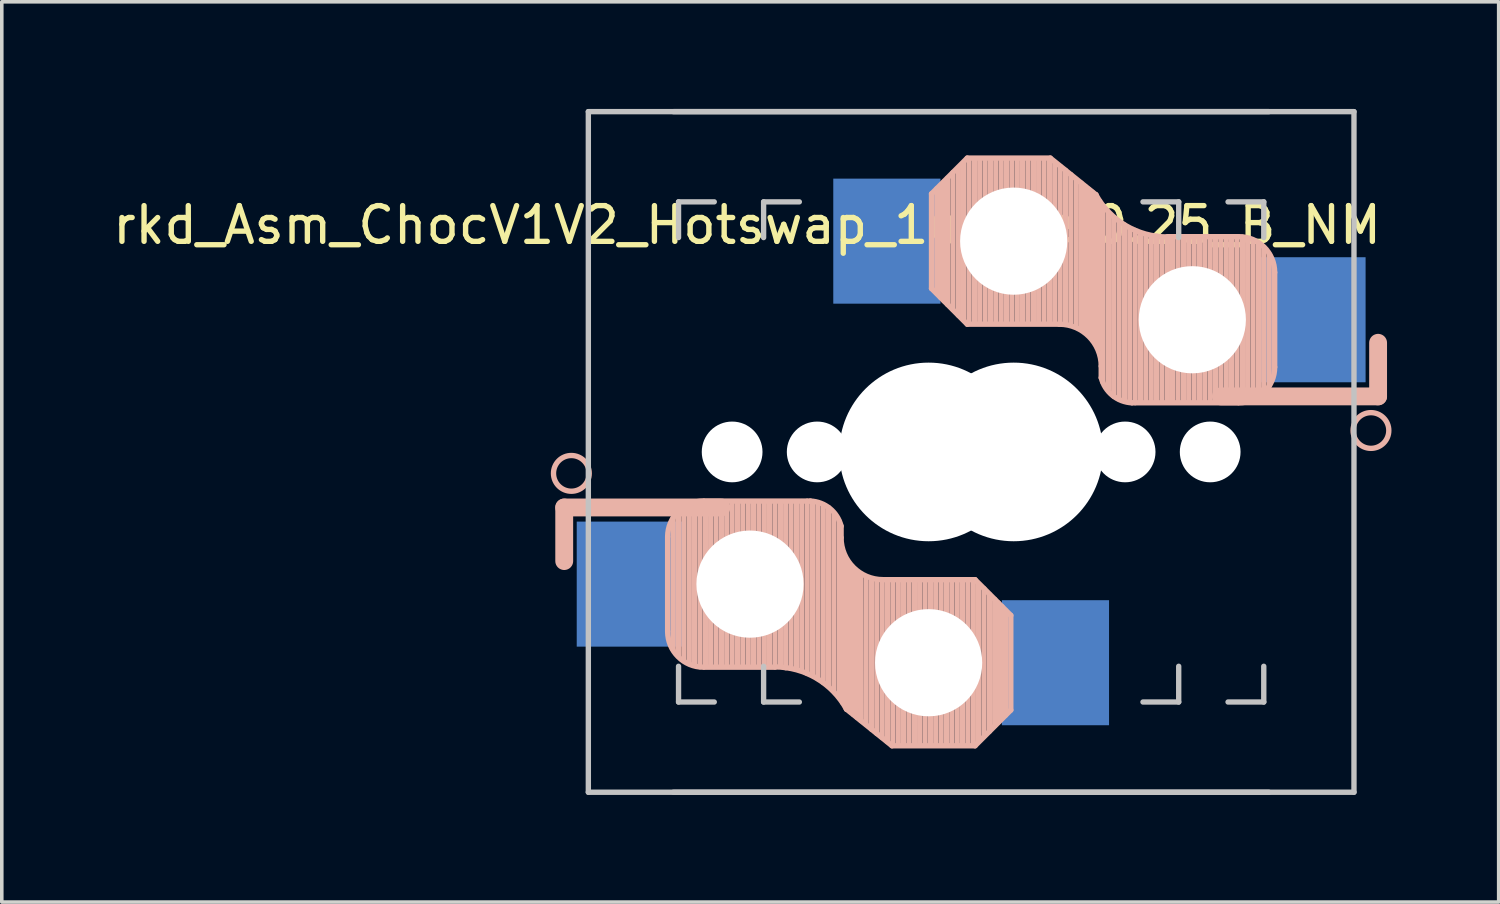
<source format=kicad_pcb>
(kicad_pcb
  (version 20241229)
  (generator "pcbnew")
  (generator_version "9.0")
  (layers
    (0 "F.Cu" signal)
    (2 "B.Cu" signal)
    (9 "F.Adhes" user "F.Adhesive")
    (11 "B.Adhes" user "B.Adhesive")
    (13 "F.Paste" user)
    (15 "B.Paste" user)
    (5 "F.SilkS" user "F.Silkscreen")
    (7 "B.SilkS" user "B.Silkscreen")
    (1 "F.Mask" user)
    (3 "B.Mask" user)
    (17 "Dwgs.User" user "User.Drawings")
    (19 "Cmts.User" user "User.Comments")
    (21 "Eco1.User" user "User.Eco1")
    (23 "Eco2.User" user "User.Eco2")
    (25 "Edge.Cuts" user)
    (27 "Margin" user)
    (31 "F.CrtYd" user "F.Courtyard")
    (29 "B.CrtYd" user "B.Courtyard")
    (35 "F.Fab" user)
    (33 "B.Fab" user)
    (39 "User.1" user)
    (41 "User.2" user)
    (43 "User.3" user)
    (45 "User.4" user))
  (footprint "rkd_Asm_ChocV1V2_Hotswap_1u_twei0.25_B_NM"
    (layer "F.Cu")
    (at 22.943 9.6)
    (property "Reference" "rkd_Asm_ChocV1V2_Hotswap_1u_twei0.25_B_NM" (at -5.08 -6.35 180) (layer "F.SilkS") (effects (font (size 1 1) (thickness 0.15))))
    (attr through_hole)
    (fp_line (start -10.2 1.555) (end -10.2 3.055) (stroke (width 0.5) (type default)) (layer "B.SilkS"))
    (fp_line (start -7.305 2.375) (end -7.305 5.025) (stroke (width 0.15) (type solid)) (layer "B.SilkS"))
    (fp_line (start -7.15 5.53) (end -7.15 1.85) (stroke (width 0.15) (type solid)) (layer "B.SilkS"))
    (fp_line (start -7 5.7) (end -7 1.73) (stroke (width 0.15) (type solid)) (layer "B.SilkS"))
    (fp_line (start -6.85 5.84) (end -6.85 1.7) (stroke (width 0.15) (type solid)) (layer "B.SilkS"))
    (fp_line (start -6.7 5.92) (end -6.7 1.8) (stroke (width 0.15) (type solid)) (layer "B.SilkS"))
    (fp_line (start -6.55 5.97) (end -6.55 1.65) (stroke (width 0.15) (type solid)) (layer "B.SilkS"))
    (fp_line (start -6.4 6.01) (end -6.4 1.5) (stroke (width 0.15) (type solid)) (layer "B.SilkS"))
    (fp_line (start -6.25 6) (end -6.25 1.4) (stroke (width 0.15) (type solid)) (layer "B.SilkS"))
    (fp_line (start -6.1 6) (end -6.1 1.4) (stroke (width 0.15) (type solid)) (layer "B.SilkS"))
    (fp_line (start -5.95 6) (end -5.95 1.4) (stroke (width 0.15) (type solid)) (layer "B.SilkS"))
    (fp_line (start -5.8 1.555) (end -10.2 1.555) (stroke (width 0.5) (type default)) (layer "B.SilkS"))
    (fp_line (start -5.8 6) (end -5.8 1.4) (stroke (width 0.15) (type solid)) (layer "B.SilkS"))
    (fp_line (start -5.65 6) (end -5.65 1.4) (stroke (width 0.15) (type solid)) (layer "B.SilkS"))
    (fp_line (start -5.5 6) (end -5.5 1.4) (stroke (width 0.15) (type solid)) (layer "B.SilkS"))
    (fp_line (start -5.35 6) (end -5.35 1.4) (stroke (width 0.15) (type solid)) (layer "B.SilkS"))
    (fp_line (start -5.2 6) (end -5.2 1.4) (stroke (width 0.15) (type solid)) (layer "B.SilkS"))
    (fp_line (start -5.05 6) (end -5.05 1.4) (stroke (width 0.15) (type solid)) (layer "B.SilkS"))
    (fp_line (start -4.9 6) (end -4.9 1.4) (stroke (width 0.15) (type solid)) (layer "B.SilkS"))
    (fp_line (start -4.75 6) (end -4.75 1.4) (stroke (width 0.15) (type solid)) (layer "B.SilkS"))
    (fp_line (start -4.6 6) (end -4.6 1.4) (stroke (width 0.15) (type solid)) (layer "B.SilkS"))
    (fp_line (start -4.45 6) (end -4.45 1.4) (stroke (width 0.15) (type solid)) (layer "B.SilkS"))
    (fp_line (start -4.3 6) (end -4.3 1.4) (stroke (width 0.15) (type solid)) (layer "B.SilkS"))
    (fp_line (start -4.3 6.025) (end -6.275 6.025) (stroke (width 0.15) (type solid)) (layer "B.SilkS"))
    (fp_line (start -4.15 6) (end -4.15 1.45) (stroke (width 0.15) (type solid)) (layer "B.SilkS"))
    (fp_line (start -4 6.04) (end -4 1.4) (stroke (width 0.15) (type solid)) (layer "B.SilkS"))
    (fp_line (start -3.85 6.05) (end -3.85 1.4) (stroke (width 0.15) (type solid)) (layer "B.SilkS"))
    (fp_line (start -3.7 6.05) (end -3.7 1.45) (stroke (width 0.15) (type solid)) (layer "B.SilkS"))
    (fp_line (start -3.55 6.1) (end -3.55 1.39) (stroke (width 0.15) (type solid)) (layer "B.SilkS"))
    (fp_line (start -3.4 6.2) (end -3.4 1.38) (stroke (width 0.15) (type solid)) (layer "B.SilkS"))
    (fp_line (start -3.311 1.375) (end -6.275 1.375) (stroke (width 0.15) (type solid)) (layer "B.SilkS"))
    (fp_line (start -3.25 6.25) (end -3.25 1.4) (stroke (width 0.15) (type solid)) (layer "B.SilkS"))
    (fp_line (start -3.1 6.35) (end -3.1 1.43) (stroke (width 0.15) (type solid)) (layer "B.SilkS"))
    (fp_line (start -2.95 6.45) (end -2.95 1.48) (stroke (width 0.15) (type solid)) (layer "B.SilkS"))
    (fp_line (start -2.8 6.55) (end -2.8 1.56) (stroke (width 0.15) (type solid)) (layer "B.SilkS"))
    (fp_line (start -2.65 6.7) (end -2.65 1.75) (stroke (width 0.15) (type solid)) (layer "B.SilkS"))
    (fp_line (start -2.5 6.85) (end -2.5 1.95) (stroke (width 0.15) (type solid)) (layer "B.SilkS"))
    (fp_line (start -2.45 2.4) (end -2.45 2.077) (stroke (width 0.15) (type default)) (layer "B.SilkS"))
    (fp_line (start -2.4 7.02) (end -2.4 2.9) (stroke (width 0.15) (type solid)) (layer "B.SilkS"))
    (fp_line (start -2.3 7.2) (end -2.3 3.05) (stroke (width 0.15) (type solid)) (layer "B.SilkS"))
    (fp_line (start -2.3 7.2) (end -1.025 8.225) (stroke (width 0.15) (type solid)) (layer "B.SilkS"))
    (fp_line (start -2.2 7.27) (end -2.2 3.25) (stroke (width 0.15) (type solid)) (layer "B.SilkS"))
    (fp_line (start -2.1 7.35) (end -2.1 3.35) (stroke (width 0.15) (type solid)) (layer "B.SilkS"))
    (fp_line (start -2 7.43) (end -2 3.4) (stroke (width 0.15) (type solid)) (layer "B.SilkS"))
    (fp_line (start -1.89 7.52) (end -1.9 3.45) (stroke (width 0.15) (type solid)) (layer "B.SilkS"))
    (fp_line (start -1.75 7.62) (end -1.75 3.5) (stroke (width 0.15) (type solid)) (layer "B.SilkS"))
    (fp_line (start -1.6 7.76) (end -1.6 3.6) (stroke (width 0.15) (type solid)) (layer "B.SilkS"))
    (fp_line (start -1.45 7.88) (end -1.45 3.6) (stroke (width 0.15) (type solid)) (layer "B.SilkS"))
    (fp_line (start -1.3 7.99) (end -1.3 3.6) (stroke (width 0.15) (type solid)) (layer "B.SilkS"))
    (fp_line (start -1.15 8.11) (end -1.15 3.65) (stroke (width 0.15) (type solid)) (layer "B.SilkS"))
    (fp_line (start -1 8.2) (end -1 3.6) (stroke (width 0.15) (type solid)) (layer "B.SilkS"))
    (fp_line (start -0.85 8.2) (end -0.85 3.6) (stroke (width 0.15) (type solid)) (layer "B.SilkS"))
    (fp_line (start -0.7 8.2) (end -0.7 3.6) (stroke (width 0.15) (type solid)) (layer "B.SilkS"))
    (fp_line (start -0.55 8.2) (end -0.55 3.6) (stroke (width 0.15) (type solid)) (layer "B.SilkS"))
    (fp_line (start -0.4 8.2) (end -0.4 3.6) (stroke (width 0.15) (type solid)) (layer "B.SilkS"))
    (fp_line (start -0.25 8.2) (end -0.25 3.6) (stroke (width 0.15) (type solid)) (layer "B.SilkS"))
    (fp_line (start -0.1 8.2) (end -0.1 3.6) (stroke (width 0.15) (type solid)) (layer "B.SilkS"))
    (fp_line (start 0.05 8.2) (end 0.05 3.6) (stroke (width 0.15) (type solid)) (layer "B.SilkS"))
    (fp_line (start 0.081 -7.225) (end 1.081 -8.225) (stroke (width 0.15) (type solid)) (layer "B.SilkS"))
    (fp_line (start 0.081 -4.575) (end 0.081 -7.225) (stroke (width 0.15) (type solid)) (layer "B.SilkS"))
    (fp_line (start 0.081 -4.575) (end 1.081 -3.575) (stroke (width 0.15) (type solid)) (layer "B.SilkS"))
    (fp_line (start 0.2 8.2) (end 0.2 3.6) (stroke (width 0.15) (type solid)) (layer "B.SilkS"))
    (fp_line (start 0.231 -7.37) (end 0.231 -4.44) (stroke (width 0.15) (type solid)) (layer "B.SilkS"))
    (fp_line (start 0.331 -7.45) (end 0.331 -4.33) (stroke (width 0.15) (type solid)) (layer "B.SilkS"))
    (fp_line (start 0.35 8.2) (end 0.35 3.6) (stroke (width 0.15) (type solid)) (layer "B.SilkS"))
    (fp_line (start 0.431 -7.56) (end 0.431 -4.23) (stroke (width 0.15) (type solid)) (layer "B.SilkS"))
    (fp_line (start 0.5 8.2) (end 0.5 3.6) (stroke (width 0.15) (type solid)) (layer "B.SilkS"))
    (fp_line (start 0.531 -7.66) (end 0.531 -4.13) (stroke (width 0.15) (type solid)) (layer "B.SilkS"))
    (fp_line (start 0.65 8.2) (end 0.65 3.6) (stroke (width 0.15) (type solid)) (layer "B.SilkS"))
    (fp_line (start 0.681 -7.82) (end 0.681 -3.99) (stroke (width 0.15) (type solid)) (layer "B.SilkS"))
    (fp_line (start 0.8 8.2) (end 0.8 3.6) (stroke (width 0.15) (type solid)) (layer "B.SilkS"))
    (fp_line (start 0.831 -7.95) (end 0.831 -3.83) (stroke (width 0.15) (type solid)) (layer "B.SilkS"))
    (fp_line (start 0.95 8.2) (end 0.95 3.6) (stroke (width 0.15) (type solid)) (layer "B.SilkS"))
    (fp_line (start 0.981 -8.09) (end 0.981 -3.7) (stroke (width 0.15) (type solid)) (layer "B.SilkS"))
    (fp_line (start 1.081 -8.225) (end 3.406 -8.225) (stroke (width 0.15) (type solid)) (layer "B.SilkS"))
    (fp_line (start 1.081 -3.575) (end 3.656 -3.575) (stroke (width 0.15) (type solid)) (layer "B.SilkS"))
    (fp_line (start 1.1 8.2) (end 1.1 3.6) (stroke (width 0.15) (type solid)) (layer "B.SilkS"))
    (fp_line (start 1.131 -8.2) (end 1.131 -3.6) (stroke (width 0.15) (type solid)) (layer "B.SilkS"))
    (fp_line (start 1.25 8.2) (end 1.25 3.6) (stroke (width 0.15) (type solid)) (layer "B.SilkS"))
    (fp_line (start 1.281 -8.2) (end 1.281 -3.6) (stroke (width 0.15) (type solid)) (layer "B.SilkS"))
    (fp_line (start 1.3 3.575) (end -1.275 3.575) (stroke (width 0.15) (type solid)) (layer "B.SilkS"))
    (fp_line (start 1.3 8.225) (end -1.025 8.225) (stroke (width 0.15) (type solid)) (layer "B.SilkS"))
    (fp_line (start 1.4 8.09) (end 1.4 3.7) (stroke (width 0.15) (type solid)) (layer "B.SilkS"))
    (fp_line (start 1.431 -8.2) (end 1.431 -3.6) (stroke (width 0.15) (type solid)) (layer "B.SilkS"))
    (fp_line (start 1.55 7.95) (end 1.55 3.83) (stroke (width 0.15) (type solid)) (layer "B.SilkS"))
    (fp_line (start 1.581 -8.2) (end 1.581 -3.6) (stroke (width 0.15) (type solid)) (layer "B.SilkS"))
    (fp_line (start 1.7 7.82) (end 1.7 3.99) (stroke (width 0.15) (type solid)) (layer "B.SilkS"))
    (fp_line (start 1.731 -8.2) (end 1.731 -3.6) (stroke (width 0.15) (type solid)) (layer "B.SilkS"))
    (fp_line (start 1.85 7.66) (end 1.85 4.13) (stroke (width 0.15) (type solid)) (layer "B.SilkS"))
    (fp_line (start 1.881 -8.2) (end 1.881 -3.6) (stroke (width 0.15) (type solid)) (layer "B.SilkS"))
    (fp_line (start 1.95 7.56) (end 1.95 4.23) (stroke (width 0.15) (type solid)) (layer "B.SilkS"))
    (fp_line (start 2.031 -8.2) (end 2.031 -3.6) (stroke (width 0.15) (type solid)) (layer "B.SilkS"))
    (fp_line (start 2.05 7.45) (end 2.05 4.33) (stroke (width 0.15) (type solid)) (layer "B.SilkS"))
    (fp_line (start 2.15 7.37) (end 2.15 4.44) (stroke (width 0.15) (type solid)) (layer "B.SilkS"))
    (fp_line (start 2.181 -8.2) (end 2.181 -3.6) (stroke (width 0.15) (type solid)) (layer "B.SilkS"))
    (fp_line (start 2.3 4.575) (end 1.3 3.575) (stroke (width 0.15) (type solid)) (layer "B.SilkS"))
    (fp_line (start 2.3 4.575) (end 2.3 7.225) (stroke (width 0.15) (type solid)) (layer "B.SilkS"))
    (fp_line (start 2.3 7.225) (end 1.3 8.225) (stroke (width 0.15) (type solid)) (layer "B.SilkS"))
    (fp_line (start 2.331 -8.2) (end 2.331 -3.6) (stroke (width 0.15) (type solid)) (layer "B.SilkS"))
    (fp_line (start 2.481 -8.2) (end 2.481 -3.6) (stroke (width 0.15) (type solid)) (layer "B.SilkS"))
    (fp_line (start 2.631 -8.2) (end 2.631 -3.6) (stroke (width 0.15) (type solid)) (layer "B.SilkS"))
    (fp_line (start 2.781 -8.2) (end 2.781 -3.6) (stroke (width 0.15) (type solid)) (layer "B.SilkS"))
    (fp_line (start 2.931 -8.2) (end 2.931 -3.6) (stroke (width 0.15) (type solid)) (layer "B.SilkS"))
    (fp_line (start 3.081 -8.2) (end 3.081 -3.6) (stroke (width 0.15) (type solid)) (layer "B.SilkS"))
    (fp_line (start 3.231 -8.2) (end 3.231 -3.6) (stroke (width 0.15) (type solid)) (layer "B.SilkS"))
    (fp_line (start 3.381 -8.2) (end 3.381 -3.6) (stroke (width 0.15) (type solid)) (layer "B.SilkS"))
    (fp_line (start 3.531 -8.11) (end 3.531 -3.65) (stroke (width 0.15) (type solid)) (layer "B.SilkS"))
    (fp_line (start 3.681 -7.99) (end 3.681 -3.6) (stroke (width 0.15) (type solid)) (layer "B.SilkS"))
    (fp_line (start 3.831 -7.88) (end 3.831 -3.6) (stroke (width 0.15) (type solid)) (layer "B.SilkS"))
    (fp_line (start 3.981 -7.76) (end 3.981 -3.6) (stroke (width 0.15) (type solid)) (layer "B.SilkS"))
    (fp_line (start 4.131 -7.62) (end 4.131 -3.5) (stroke (width 0.15) (type solid)) (layer "B.SilkS"))
    (fp_line (start 4.271 -7.52) (end 4.281 -3.45) (stroke (width 0.15) (type solid)) (layer "B.SilkS"))
    (fp_line (start 4.381 -7.43) (end 4.381 -3.4) (stroke (width 0.15) (type solid)) (layer "B.SilkS"))
    (fp_line (start 4.481 -7.35) (end 4.481 -3.35) (stroke (width 0.15) (type solid)) (layer "B.SilkS"))
    (fp_line (start 4.581 -7.27) (end 4.581 -3.25) (stroke (width 0.15) (type solid)) (layer "B.SilkS"))
    (fp_line (start 4.681 -7.2) (end 3.406 -8.225) (stroke (width 0.15) (type solid)) (layer "B.SilkS"))
    (fp_line (start 4.681 -7.2) (end 4.681 -3.05) (stroke (width 0.15) (type solid)) (layer "B.SilkS"))
    (fp_line (start 4.781 -7.02) (end 4.781 -2.9) (stroke (width 0.15) (type solid)) (layer "B.SilkS"))
    (fp_line (start 4.831 -2.4) (end 4.831 -2.077) (stroke (width 0.15) (type default)) (layer "B.SilkS"))
    (fp_line (start 4.881 -6.85) (end 4.881 -1.95) (stroke (width 0.15) (type solid)) (layer "B.SilkS"))
    (fp_line (start 5.031 -6.7) (end 5.031 -1.75) (stroke (width 0.15) (type solid)) (layer "B.SilkS"))
    (fp_line (start 5.181 -6.55) (end 5.181 -1.56) (stroke (width 0.15) (type solid)) (layer "B.SilkS"))
    (fp_line (start 5.331 -6.45) (end 5.331 -1.48) (stroke (width 0.15) (type solid)) (layer "B.SilkS"))
    (fp_line (start 5.481 -6.35) (end 5.481 -1.43) (stroke (width 0.15) (type solid)) (layer "B.SilkS"))
    (fp_line (start 5.631 -6.25) (end 5.631 -1.4) (stroke (width 0.15) (type solid)) (layer "B.SilkS"))
    (fp_line (start 5.692 -1.375) (end 8.656 -1.375) (stroke (width 0.15) (type solid)) (layer "B.SilkS"))
    (fp_line (start 5.781 -6.2) (end 5.781 -1.38) (stroke (width 0.15) (type solid)) (layer "B.SilkS"))
    (fp_line (start 5.931 -6.1) (end 5.931 -1.39) (stroke (width 0.15) (type solid)) (layer "B.SilkS"))
    (fp_line (start 6.081 -6.05) (end 6.081 -1.45) (stroke (width 0.15) (type solid)) (layer "B.SilkS"))
    (fp_line (start 6.231 -6.05) (end 6.231 -1.4) (stroke (width 0.15) (type solid)) (layer "B.SilkS"))
    (fp_line (start 6.381 -6.04) (end 6.381 -1.4) (stroke (width 0.15) (type solid)) (layer "B.SilkS"))
    (fp_line (start 6.531 -6) (end 6.531 -1.45) (stroke (width 0.15) (type solid)) (layer "B.SilkS"))
    (fp_line (start 6.681 -6.025) (end 8.656 -6.025) (stroke (width 0.15) (type solid)) (layer "B.SilkS"))
    (fp_line (start 6.681 -6) (end 6.681 -1.4) (stroke (width 0.15) (type solid)) (layer "B.SilkS"))
    (fp_line (start 6.831 -6) (end 6.831 -1.4) (stroke (width 0.15) (type solid)) (layer "B.SilkS"))
    (fp_line (start 6.981 -6) (end 6.981 -1.4) (stroke (width 0.15) (type solid)) (layer "B.SilkS"))
    (fp_line (start 7.131 -6) (end 7.131 -1.4) (stroke (width 0.15) (type solid)) (layer "B.SilkS"))
    (fp_line (start 7.281 -6) (end 7.281 -1.4) (stroke (width 0.15) (type solid)) (layer "B.SilkS"))
    (fp_line (start 7.431 -6) (end 7.431 -1.4) (stroke (width 0.15) (type solid)) (layer "B.SilkS"))
    (fp_line (start 7.581 -6) (end 7.581 -1.4) (stroke (width 0.15) (type solid)) (layer "B.SilkS"))
    (fp_line (start 7.731 -6) (end 7.731 -1.4) (stroke (width 0.15) (type solid)) (layer "B.SilkS"))
    (fp_line (start 7.881 -6) (end 7.881 -1.4) (stroke (width 0.15) (type solid)) (layer "B.SilkS"))
    (fp_line (start 8.031 -6) (end 8.031 -1.4) (stroke (width 0.15) (type solid)) (layer "B.SilkS"))
    (fp_line (start 8.181 -6) (end 8.181 -1.4) (stroke (width 0.15) (type solid)) (layer "B.SilkS"))
    (fp_line (start 8.181 -1.555) (end 12.581 -1.555) (stroke (width 0.5) (type default)) (layer "B.SilkS"))
    (fp_line (start 8.331 -6) (end 8.331 -1.4) (stroke (width 0.15) (type solid)) (layer "B.SilkS"))
    (fp_line (start 8.481 -6) (end 8.481 -1.4) (stroke (width 0.15) (type solid)) (layer "B.SilkS"))
    (fp_line (start 8.631 -6) (end 8.631 -1.4) (stroke (width 0.15) (type solid)) (layer "B.SilkS"))
    (fp_line (start 8.781 -6.01) (end 8.781 -1.5) (stroke (width 0.15) (type solid)) (layer "B.SilkS"))
    (fp_line (start 8.931 -5.97) (end 8.931 -1.65) (stroke (width 0.15) (type solid)) (layer "B.SilkS"))
    (fp_line (start 9.081 -5.92) (end 9.081 -1.8) (stroke (width 0.15) (type solid)) (layer "B.SilkS"))
    (fp_line (start 9.231 -5.84) (end 9.231 -1.7) (stroke (width 0.15) (type solid)) (layer "B.SilkS"))
    (fp_line (start 9.381 -5.7) (end 9.381 -1.73) (stroke (width 0.15) (type solid)) (layer "B.SilkS"))
    (fp_line (start 9.531 -5.53) (end 9.531 -1.85) (stroke (width 0.15) (type solid)) (layer "B.SilkS"))
    (fp_line (start 9.686 -2.375) (end 9.686 -5.025) (stroke (width 0.15) (type solid)) (layer "B.SilkS"))
    (fp_line (start 12.581 -1.555) (end 12.581 -3.055) (stroke (width 0.5) (type default)) (layer "B.SilkS"))
    (fp_arc (start -7.305 2.375) (mid -7.012107 1.667893) (end -6.305 1.375) (stroke (width 0.15) (type solid)) (layer "B.SilkS"))
    (fp_arc (start -6.305 6.025) (mid -7.012107 5.732107) (end -7.305 5.025) (stroke (width 0.15) (type solid)) (layer "B.SilkS"))
    (fp_arc (start -4.3 6.017458) (mid -3.138277 6.335211) (end -2.3 7.2) (stroke (width 0.15) (type solid)) (layer "B.SilkS"))
    (fp_arc (start -3.311204 1.375) (mid -2.763915 1.58277) (end -2.45 2.076887) (stroke (width 0.15) (type solid)) (layer "B.SilkS"))
    (fp_arc (start -1.275 3.575) (mid -2.10585 3.23085) (end -2.45 2.4) (stroke (width 0.15) (type solid)) (layer "B.SilkS"))
    (fp_arc (start 3.65625 -3.575) (mid 4.4871 -3.23085) (end 4.83125 -2.4) (stroke (width 0.15) (type solid)) (layer "B.SilkS"))
    (fp_arc (start 5.692454 -1.375) (mid 5.145165 -1.58277) (end 4.83125 -2.076887) (stroke (width 0.15) (type solid)) (layer "B.SilkS"))
    (fp_arc (start 6.68125 -6.017458) (mid 5.519527 -6.335211) (end 4.68125 -7.2) (stroke (width 0.15) (type solid)) (layer "B.SilkS"))
    (fp_arc (start 8.68625 -6.025) (mid 9.393357 -5.732107) (end 9.68625 -5.025) (stroke (width 0.15) (type solid)) (layer "B.SilkS"))
    (fp_arc (start 9.68625 -2.375) (mid 9.393357 -1.667893) (end 8.68625 -1.375) (stroke (width 0.15) (type solid)) (layer "B.SilkS"))
    (fp_circle (center -10 0.6) (end -9.5 0.6) (stroke (width 0.15) (type default)) (fill no) (layer "B.SilkS"))
    (fp_circle (center 12.381 -0.6) (end 11.881 -0.6) (stroke (width 0.15) (type default)) (fill no) (layer "B.SilkS"))
    (fp_line (start -9.525 -9.525) (end 9.525 -9.525) (stroke (width 0.15) (type solid)) (layer "Dwgs.User"))
    (fp_line (start -9.525 9.525) (end -9.525 -9.525) (stroke (width 0.15) (type solid)) (layer "Dwgs.User"))
    (fp_line (start -7.144 -9.525) (end 11.906 -9.525) (stroke (width 0.15) (type solid)) (layer "Dwgs.User"))
    (fp_line (start -7 -7) (end -6 -7) (stroke (width 0.15) (type solid)) (layer "Dwgs.User"))
    (fp_line (start -7 -6) (end -7 -7) (stroke (width 0.15) (type solid)) (layer "Dwgs.User"))
    (fp_line (start -7 7) (end -7 6) (stroke (width 0.15) (type solid)) (layer "Dwgs.User"))
    (fp_line (start -6 7) (end -7 7) (stroke (width 0.15) (type solid)) (layer "Dwgs.User"))
    (fp_line (start -4.619 -7) (end -4.619 -6) (stroke (width 0.15) (type solid)) (layer "Dwgs.User"))
    (fp_line (start -4.619 6) (end -4.619 7) (stroke (width 0.15) (type solid)) (layer "Dwgs.User"))
    (fp_line (start -4.619 7) (end -3.619 7) (stroke (width 0.15) (type solid)) (layer "Dwgs.User"))
    (fp_line (start -3.619 -7) (end -4.619 -7) (stroke (width 0.15) (type solid)) (layer "Dwgs.User"))
    (fp_line (start 6 7) (end 7 7) (stroke (width 0.15) (type solid)) (layer "Dwgs.User"))
    (fp_line (start 7 -7) (end 6 -7) (stroke (width 0.15) (type solid)) (layer "Dwgs.User"))
    (fp_line (start 7 -6) (end 7 -7) (stroke (width 0.15) (type solid)) (layer "Dwgs.User"))
    (fp_line (start 7 7) (end 7 6) (stroke (width 0.15) (type solid)) (layer "Dwgs.User"))
    (fp_line (start 8.381 -7) (end 9.381 -7) (stroke (width 0.15) (type solid)) (layer "Dwgs.User"))
    (fp_line (start 9.381 -7) (end 9.381 -6) (stroke (width 0.15) (type solid)) (layer "Dwgs.User"))
    (fp_line (start 9.381 6) (end 9.381 7) (stroke (width 0.15) (type solid)) (layer "Dwgs.User"))
    (fp_line (start 9.381 7) (end 8.381 7) (stroke (width 0.15) (type solid)) (layer "Dwgs.User"))
    (fp_line (start 9.525 9.525) (end -9.525 9.525) (stroke (width 0.15) (type solid)) (layer "Dwgs.User"))
    (fp_line (start 11.906 -9.525) (end 11.906 9.525) (stroke (width 0.15) (type solid)) (layer "Dwgs.User"))
    (fp_line (start 11.906 9.525) (end -7.144 9.525) (stroke (width 0.15) (type solid)) (layer "Dwgs.User"))
    (pad "" np_thru_hole circle (at -5.5 0) (size 1.7 1.7) (drill 1.7) (layers "*.Cu" "*.Mask"))
    (pad "" np_thru_hole circle (at -5 3.7 90) (size 3 3) (drill 3) (layers "*.Cu" "*.Mask"))
    (pad "" np_thru_hole circle (at -3.119 0 180) (size 1.7 1.7) (drill 1.7) (layers "*.Cu" "*.Mask"))
    (pad "" np_thru_hole circle (at 0 0 90) (size 5 5) (drill 5) (layers "*.Cu" "*.Mask"))
    (pad "" np_thru_hole circle (at 0 5.9 90) (size 3 3) (drill 3) (layers "*.Cu" "*.Mask"))
    (pad "" np_thru_hole circle (at 2.381 -5.9 270) (size 3 3) (drill 3) (layers "*.Cu" "*.Mask"))
    (pad "" np_thru_hole circle (at 2.381 0 270) (size 5 5) (drill 5) (layers "*.Cu" "*.Mask"))
    (pad "" np_thru_hole circle (at 5.5 0) (size 1.7 1.7) (drill 1.7) (layers "*.Cu" "*.Mask"))
    (pad "" np_thru_hole circle (at 7.381 -3.7 270) (size 3 3) (drill 3) (layers "*.Cu" "*.Mask"))
    (pad "" np_thru_hole circle (at 7.881 0 180) (size 1.7 1.7) (drill 1.7) (layers "*.Cu" "*.Mask"))
    (pad "1" smd rect (at -8.35 3.7 180) (size 3 3.5) (layers "B.Cu" "B.Mask" "B.Paste"))
    (pad "1" smd rect (at -1.169 -5.9) (size 3 3.5) (layers "B.Cu" "B.Mask" "B.Paste"))
    (pad "2" smd rect (at 3.55 5.9 180) (size 3 3.5) (layers "B.Cu" "B.Mask" "B.Paste"))
    (pad "2" smd rect (at 10.731 -3.7) (size 3 3.5) (layers "B.Cu" "B.Mask" "B.Paste")))
  (gr_rect
    (start -3 -3)
    (end 38.899 22.2)
    (stroke (width 0.1) (type default))
    (fill no)
    (layer "Edge.Cuts")))
</source>
